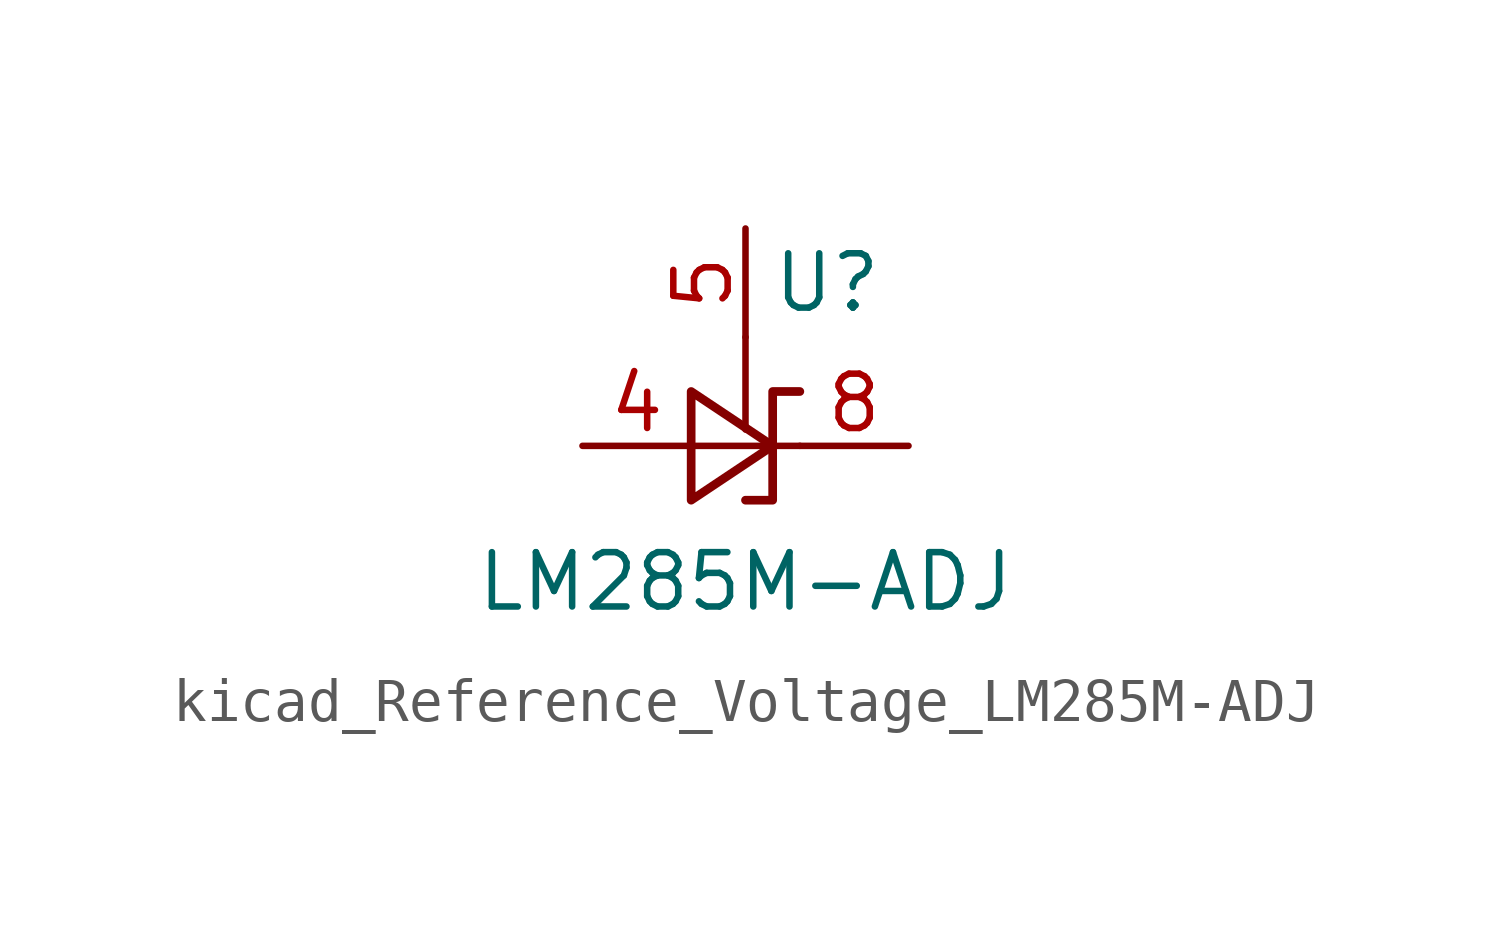
<source format=kicad_sym>
(kicad_symbol_lib
  (version 20220914)
  (generator kicad_symbol_editor)
  (symbol "kicad_Reference_Voltage_LM285M-ADJ"
    (pin_names
      (offset 0.025) hide)
    (property "Reference" "U"
      (at 1.905 3.81 0)
      (effects (font (size 1.27 1.27))))
    (property "Value" "LM285M-ADJ"
      (at 0 -3.175 0)
      (effects (font (size 1.27 1.27))))
    (symbol "kicad_Reference_Voltage_LM285M-ADJ_0_1"
      (polyline (pts (xy 0 2.54) (xy 0 0.381)) (stroke (width 0) (type default)) (fill (type none)))
      (polyline (pts (xy -1.27 0) (xy 0 0) (xy 1.27 0)) (stroke (width 0) (type default)) (fill (type none)))
      (polyline (pts (xy -1.27 -1.27) (xy 0.635 0) (xy -1.27 1.27) (xy -1.27 -1.27)) (stroke (width 0.203) (type default)) (fill (type none)))
      (polyline (pts (xy 0 -1.27) (xy 0.635 -1.27) (xy 0.635 1.27) (xy 1.27 1.27)) (stroke (width 0.203) (type default)) (fill (type none))))
    (symbol "kicad_Reference_Voltage_LM285M-ADJ_1_1"
      (pin passive line (at -3.81 0 0) (length 2.54) (name "A" (effects (font (size 1.27 1.27)))) (number "4" (effects (font (size 1.27 1.27)))))
      (pin input line (at 0 5.08 270) (length 2.54) (name "FB" (effects (font (size 1.27 1.27)))) (number "5" (effects (font (size 1.27 1.27)))))
      (pin passive line (at 3.81 0 180) (length 2.54) (name "K" (effects (font (size 1.27 1.27)))) (number "8" (effects (font (size 1.27 1.27))))))))
</source>
